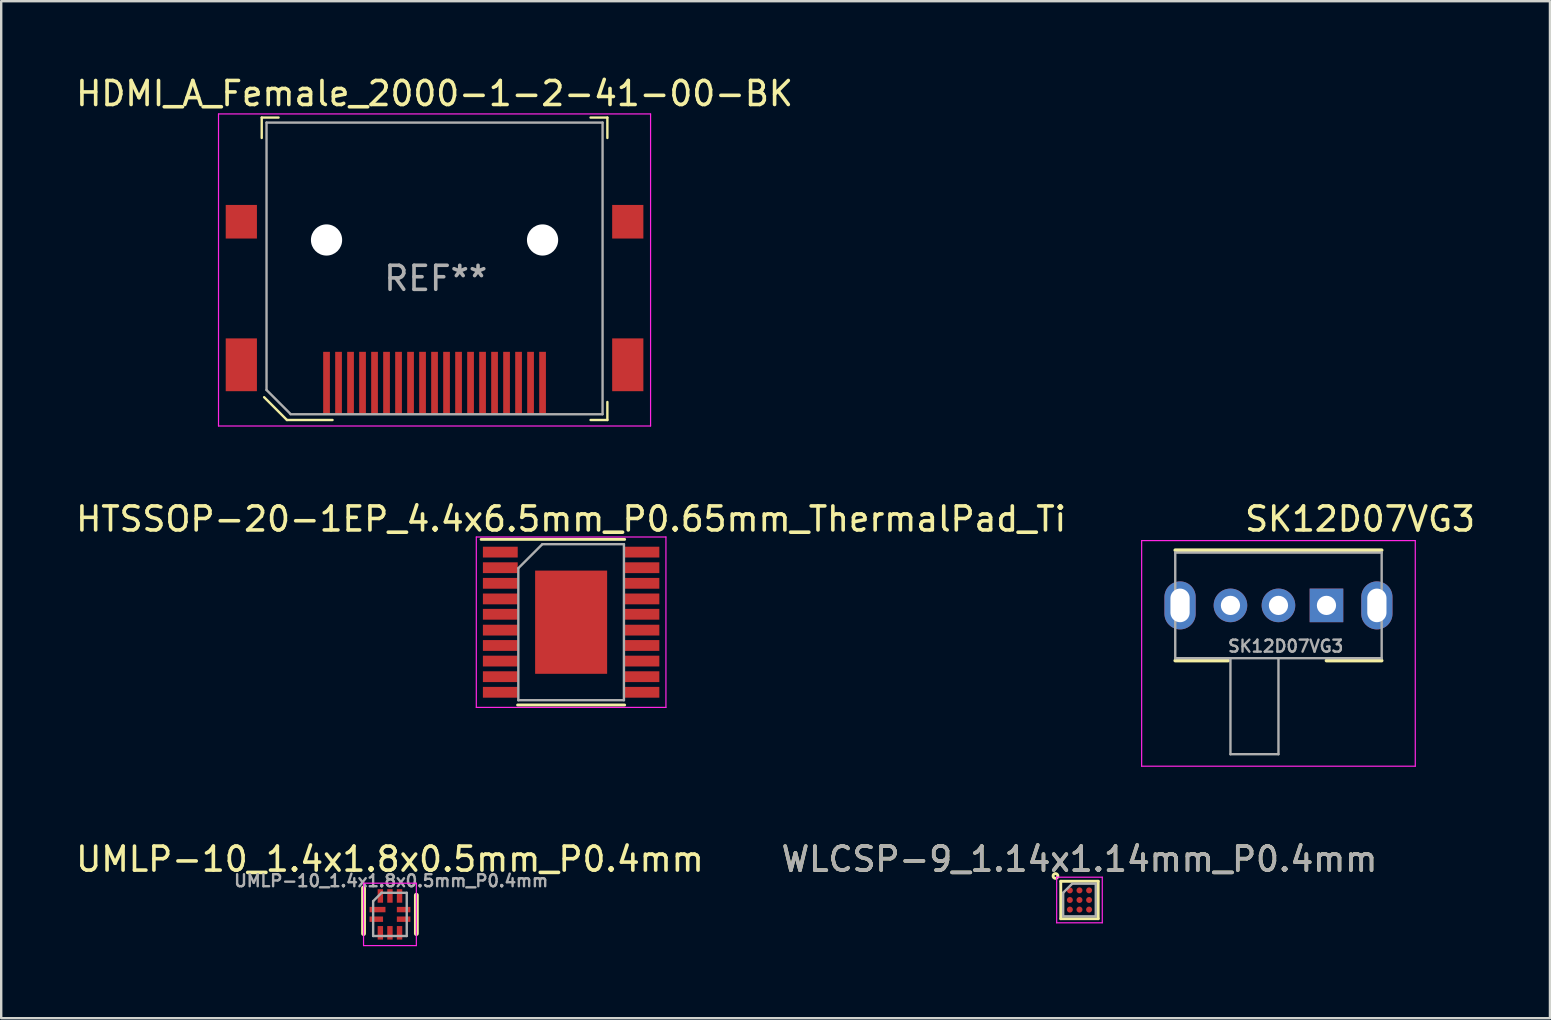
<source format=kicad_pcb>
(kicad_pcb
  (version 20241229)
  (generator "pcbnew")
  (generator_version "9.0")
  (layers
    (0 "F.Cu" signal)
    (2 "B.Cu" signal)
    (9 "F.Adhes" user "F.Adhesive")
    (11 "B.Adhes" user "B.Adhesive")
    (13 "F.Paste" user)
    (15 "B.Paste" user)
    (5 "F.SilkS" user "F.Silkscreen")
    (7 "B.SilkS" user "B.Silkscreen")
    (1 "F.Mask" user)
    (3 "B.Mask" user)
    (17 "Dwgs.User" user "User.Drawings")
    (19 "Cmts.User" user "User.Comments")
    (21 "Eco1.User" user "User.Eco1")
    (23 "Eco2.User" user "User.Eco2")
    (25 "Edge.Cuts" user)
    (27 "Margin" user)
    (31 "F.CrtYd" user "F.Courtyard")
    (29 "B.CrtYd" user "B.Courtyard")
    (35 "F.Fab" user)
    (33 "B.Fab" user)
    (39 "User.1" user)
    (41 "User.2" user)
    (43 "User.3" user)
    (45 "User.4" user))
  (footprint "HTSSOP-20-1EP_4.4x6.5mm_P0.65mm_ThermalPad_Ti"
    (layer "F.Cu")
    (at 20.744 22.872)
    (property "Reference" "HTSSOP-20-1EP_4.4x6.5mm_P0.65mm_ThermalPad_Ti" (at 0 -4.3 0) (layer "F.SilkS") (effects (font (size 1 1) (thickness 0.15))))
    (attr smd)
    (fp_line (start -3.75 -3.45) (end 2.23 -3.45) (stroke (width 0.12) (type solid)) (layer "F.SilkS"))
    (fp_line (start -2.23 3.45) (end 2.23 3.45) (stroke (width 0.12) (type solid)) (layer "F.SilkS"))
    (fp_line (start -3.95 -3.55) (end -3.95 3.55) (stroke (width 0.05) (type solid)) (layer "F.CrtYd"))
    (fp_line (start -3.95 -3.55) (end 3.95 -3.55) (stroke (width 0.05) (type solid)) (layer "F.CrtYd"))
    (fp_line (start -3.95 3.55) (end 3.95 3.55) (stroke (width 0.05) (type solid)) (layer "F.CrtYd"))
    (fp_line (start 3.95 -3.55) (end 3.95 3.55) (stroke (width 0.05) (type solid)) (layer "F.CrtYd"))
    (fp_line (start -2.2 -2.25) (end -1.2 -3.25) (stroke (width 0.1) (type solid)) (layer "F.Fab"))
    (fp_line (start -2.2 3.25) (end -2.2 -2.25) (stroke (width 0.1) (type solid)) (layer "F.Fab"))
    (fp_line (start -1.2 -3.25) (end 2.2 -3.25) (stroke (width 0.1) (type solid)) (layer "F.Fab"))
    (fp_line (start 2.2 -3.25) (end 2.2 3.25) (stroke (width 0.1) (type solid)) (layer "F.Fab"))
    (fp_line (start 2.2 3.25) (end -2.2 3.25) (stroke (width 0.1) (type solid)) (layer "F.Fab"))
    (pad "1" smd rect (at -2.95 -2.92) (size 1.45 0.45) (layers "F.Cu" "F.Mask" "F.Paste"))
    (pad "2" smd rect (at -2.95 -2.27) (size 1.45 0.45) (layers "F.Cu" "F.Mask" "F.Paste"))
    (pad "3" smd rect (at -2.95 -1.62) (size 1.45 0.45) (layers "F.Cu" "F.Mask" "F.Paste"))
    (pad "4" smd rect (at -2.95 -0.97) (size 1.45 0.45) (layers "F.Cu" "F.Mask" "F.Paste"))
    (pad "5" smd rect (at -2.95 -0.33) (size 1.45 0.45) (layers "F.Cu" "F.Mask" "F.Paste"))
    (pad "6" smd rect (at -2.95 0.33) (size 1.45 0.45) (layers "F.Cu" "F.Mask" "F.Paste"))
    (pad "7" smd rect (at -2.95 0.97) (size 1.45 0.45) (layers "F.Cu" "F.Mask" "F.Paste"))
    (pad "8" smd rect (at -2.95 1.62) (size 1.45 0.45) (layers "F.Cu" "F.Mask" "F.Paste"))
    (pad "9" smd rect (at -2.95 2.27) (size 1.45 0.45) (layers "F.Cu" "F.Mask" "F.Paste"))
    (pad "10" smd rect (at -2.95 2.92) (size 1.45 0.45) (layers "F.Cu" "F.Mask" "F.Paste"))
    (pad "11" smd rect (at 2.95 2.92) (size 1.45 0.45) (layers "F.Cu" "F.Mask" "F.Paste"))
    (pad "12" smd rect (at 2.95 2.27) (size 1.45 0.45) (layers "F.Cu" "F.Mask" "F.Paste"))
    (pad "13" smd rect (at 2.95 1.62) (size 1.45 0.45) (layers "F.Cu" "F.Mask" "F.Paste"))
    (pad "14" smd rect (at 2.95 0.97) (size 1.45 0.45) (layers "F.Cu" "F.Mask" "F.Paste"))
    (pad "15" smd rect (at 2.95 0.33) (size 1.45 0.45) (layers "F.Cu" "F.Mask" "F.Paste"))
    (pad "16" smd rect (at 2.95 -0.33) (size 1.45 0.45) (layers "F.Cu" "F.Mask" "F.Paste"))
    (pad "17" smd rect (at 2.95 -0.97) (size 1.45 0.45) (layers "F.Cu" "F.Mask" "F.Paste"))
    (pad "18" smd rect (at 2.95 -1.62) (size 1.45 0.45) (layers "F.Cu" "F.Mask" "F.Paste"))
    (pad "19" smd rect (at 2.95 -2.27) (size 1.45 0.45) (layers "F.Cu" "F.Mask" "F.Paste"))
    (pad "20" smd rect (at 2.95 -2.92) (size 1.45 0.45) (layers "F.Cu" "F.Mask" "F.Paste"))
    (pad "21" smd rect (at 0 0) (size 3 4.3) (layers "F.Cu" "F.Mask" "F.Paste")))
  (footprint "SK12D07VG3"
    (layer "F.Cu")
    (at 52.213 22.172)
    (property "Reference" "SK12D07VG3" (at 1.4 -3.6 180) (layer "F.SilkS") (effects (font (size 1 1) (thickness 0.15))))
    (attr through_hole)
    (fp_line (start -6.3 -2.3) (end 2.3 -2.3) (stroke (width 0.15) (type solid)) (layer "F.SilkS"))
    (fp_line (start -6.3 2.3) (end -4.1 2.3) (stroke (width 0.15) (type solid)) (layer "F.SilkS"))
    (fp_line (start 0 2.3) (end 2.3 2.3) (stroke (width 0.15) (type solid)) (layer "F.SilkS"))
    (fp_line (start -7.7 -2.7) (end 3.7 -2.7) (stroke (width 0.05) (type solid)) (layer "F.CrtYd"))
    (fp_line (start -7.7 6.7) (end -7.7 -2.7) (stroke (width 0.05) (type solid)) (layer "F.CrtYd"))
    (fp_line (start 3.7 -2.7) (end 3.7 6.7) (stroke (width 0.05) (type solid)) (layer "F.CrtYd"))
    (fp_line (start 3.7 6.7) (end -7.7 6.7) (stroke (width 0.05) (type solid)) (layer "F.CrtYd"))
    (fp_line (start -6.3 -2.2) (end -6.3 2.2) (stroke (width 0.1) (type solid)) (layer "F.Fab"))
    (fp_line (start -6.3 -2.2) (end 2.3 -2.2) (stroke (width 0.1) (type solid)) (layer "F.Fab"))
    (fp_line (start -6.3 2.2) (end 2.3 2.2) (stroke (width 0.1) (type solid)) (layer "F.Fab"))
    (fp_line (start -4 6.2) (end -4 2.2) (stroke (width 0.1) (type solid)) (layer "F.Fab"))
    (fp_line (start -2 2.2) (end -2 6.2) (stroke (width 0.1) (type solid)) (layer "F.Fab"))
    (fp_line (start -2 6.2) (end -4 6.2) (stroke (width 0.1) (type solid)) (layer "F.Fab"))
    (fp_line (start 2.3 2.2) (end 2.3 -2.2) (stroke (width 0.1) (type solid)) (layer "F.Fab"))
    (fp_text user "${REFERENCE}" (at -1.7 1.7 180) (layer "F.Fab") (effects (font (size 0.5 0.5) (thickness 0.1))))
    (pad "" thru_hole oval (at -6.1 0 180) (size 1.3 2) (drill oval 0.8 1.4) (layers "*.Cu" "*.Mask"))
    (pad "" thru_hole oval (at 2.1 0 180) (size 1.3 2) (drill oval 0.8 1.4) (layers "*.Cu" "*.Mask"))
    (pad "1" thru_hole rect (at 0 0 180) (size 1.4 1.4) (drill 0.8) (layers "*.Cu" "*.Mask"))
    (pad "2" thru_hole circle (at -2 0 180) (size 1.4 1.4) (drill 0.8) (layers "*.Cu" "*.Mask"))
    (pad "3" thru_hole circle (at -4 0 180) (size 1.4 1.4) (drill 0.8) (layers "*.Cu" "*.Mask")))
  (footprint "UMLP-10_1.4x1.8x0.5mm_P0.4mm"
    (layer "F.Cu")
    (at 13.196 35.045)
    (property "Reference" "UMLP-10_1.4x1.8x0.5mm_P0.4mm" (at 0 -2.3 0) (layer "F.SilkS") (effects (font (size 1 1) (thickness 0.15))))
    (attr through_hole)
    (fp_line (start -1.1 -1.1) (end -1.1 0.8) (stroke (width 0.2) (type solid)) (layer "F.SilkS"))
    (fp_line (start 1.1 -0.8) (end 1.1 0.8) (stroke (width 0.2) (type solid)) (layer "F.SilkS"))
    (fp_line (start -1.1 -1.3) (end 1.1 -1.3) (stroke (width 0.05) (type solid)) (layer "F.CrtYd"))
    (fp_line (start -1.1 1.3) (end -1.1 -1.3) (stroke (width 0.05) (type solid)) (layer "F.CrtYd"))
    (fp_line (start 1.1 -1.3) (end 1.1 1.3) (stroke (width 0.05) (type solid)) (layer "F.CrtYd"))
    (fp_line (start 1.1 1.3) (end -1.1 1.3) (stroke (width 0.05) (type solid)) (layer "F.CrtYd"))
    (fp_line (start -0.7 0.9) (end -0.7 -0.55) (stroke (width 0.1) (type solid)) (layer "F.Fab"))
    (fp_line (start -0.35 -0.9) (end -0.7 -0.55) (stroke (width 0.1) (type solid)) (layer "F.Fab"))
    (fp_line (start -0.35 -0.9) (end 0.7 -0.9) (stroke (width 0.1) (type solid)) (layer "F.Fab"))
    (fp_line (start 0.7 -0.9) (end 0.7 0.9) (stroke (width 0.1) (type solid)) (layer "F.Fab"))
    (fp_line (start 0.7 0.9) (end -0.7 0.9) (stroke (width 0.1) (type solid)) (layer "F.Fab"))
    (fp_text user "${REFERENCE}" (at 0.05 -1.4 0) (layer "F.Fab") (effects (font (size 0.5 0.5) (thickness 0.1))))
    (pad "1" smd rect (at -0.518 -0.2 90) (size 0.225 0.663) (layers "F.Cu" "F.Mask" "F.Paste"))
    (pad "2" smd rect (at -0.569 0.2 90) (size 0.225 0.563) (layers "F.Cu" "F.Mask" "F.Paste"))
    (pad "3" smd rect (at -0.4 0.768) (size 0.225 0.563) (layers "F.Cu" "F.Mask" "F.Paste"))
    (pad "4" smd rect (at 0 0.768) (size 0.225 0.563) (layers "F.Cu" "F.Mask" "F.Paste"))
    (pad "5" smd rect (at 0.4 0.768) (size 0.225 0.563) (layers "F.Cu" "F.Mask" "F.Paste"))
    (pad "6" smd rect (at 0.569 0.2 270) (size 0.225 0.563) (layers "F.Cu" "F.Mask" "F.Paste"))
    (pad "7" smd rect (at 0.569 -0.2 270) (size 0.225 0.563) (layers "F.Cu" "F.Mask" "F.Paste"))
    (pad "8" smd rect (at 0.4 -0.768 180) (size 0.225 0.563) (layers "F.Cu" "F.Mask" "F.Paste"))
    (pad "9" smd rect (at 0 -0.768 180) (size 0.225 0.563) (layers "F.Cu" "F.Mask" "F.Paste"))
    (pad "10" smd rect (at -0.4 -0.768 180) (size 0.225 0.563) (layers "F.Cu" "F.Mask" "F.Paste")))
  (footprint "HDMI_A_Female_2000-1-2-41-00-BK"
    (layer "F.Cu")
    (at 15.054 8.448)
    (property "Reference" "HDMI_A_Female_2000-1-2-41-00-BK" (at 0 -7.6 0) (layer "F.SilkS") (effects (font (size 1 1) (thickness 0.15))))
    (attr smd)
    (fp_line (start -7.2 -6.6) (end -6.5 -6.6) (stroke (width 0.1) (type solid)) (layer "F.SilkS"))
    (fp_line (start -7.2 -5.75) (end -7.2 -6.6) (stroke (width 0.1) (type solid)) (layer "F.SilkS"))
    (fp_line (start -6.15 6) (end -7.1 5.05) (stroke (width 0.1) (type solid)) (layer "F.SilkS"))
    (fp_line (start -4.25 6) (end -6.15 6) (stroke (width 0.1) (type solid)) (layer "F.SilkS"))
    (fp_line (start 6.5 -6.6) (end 7.2 -6.6) (stroke (width 0.1) (type solid)) (layer "F.SilkS"))
    (fp_line (start 7.2 -6.6) (end 7.2 -5.75) (stroke (width 0.1) (type solid)) (layer "F.SilkS"))
    (fp_line (start 7.2 5.25) (end 7.2 6) (stroke (width 0.1) (type solid)) (layer "F.SilkS"))
    (fp_line (start 7.2 6) (end 6.5 6) (stroke (width 0.1) (type solid)) (layer "F.SilkS"))
    (fp_line (start -9 -6.75) (end 9 -6.75) (stroke (width 0.05) (type solid)) (layer "F.CrtYd"))
    (fp_line (start -9 6.25) (end -9 -6.75) (stroke (width 0.05) (type solid)) (layer "F.CrtYd"))
    (fp_line (start 9 -6.75) (end 9 6.25) (stroke (width 0.05) (type solid)) (layer "F.CrtYd"))
    (fp_line (start 9 6.25) (end -9 6.25) (stroke (width 0.05) (type solid)) (layer "F.CrtYd"))
    (fp_line (start -7 -6.39) (end 7 -6.39) (stroke (width 0.1) (type solid)) (layer "F.Fab"))
    (fp_line (start -7 4.75) (end -7 -6.39) (stroke (width 0.1) (type solid)) (layer "F.Fab"))
    (fp_line (start -7 4.75) (end -6 5.75) (stroke (width 0.1) (type solid)) (layer "F.Fab"))
    (fp_line (start 7 5.76) (end -6 5.76) (stroke (width 0.1) (type solid)) (layer "F.Fab"))
    (fp_line (start 7 5.76) (end 7 -6.39) (stroke (width 0.1) (type solid)) (layer "F.Fab"))
    (fp_text user "REF**" (at 0.05 0.1 0) (layer "F.Fab") (effects (font (size 1 1) (thickness 0.15))))
    (pad "" np_thru_hole circle (at -4.5 -1.5) (size 1.3 1.3) (drill 1.3) (layers "*.Cu" "*.Mask"))
    (pad "" np_thru_hole circle (at 4.5 -1.5) (size 1.3 1.3) (drill 1.3) (layers "*.Cu" "*.Mask"))
    (pad "1" smd rect (at -4.5 4.46) (size 0.28 2.6) (layers "F.Cu" "F.Mask" "F.Paste"))
    (pad "2" smd rect (at -4 4.46) (size 0.28 2.6) (layers "F.Cu" "F.Mask" "F.Paste"))
    (pad "3" smd rect (at -3.5 4.46) (size 0.28 2.6) (layers "F.Cu" "F.Mask" "F.Paste"))
    (pad "4" smd rect (at -3 4.46) (size 0.28 2.6) (layers "F.Cu" "F.Mask" "F.Paste"))
    (pad "5" smd rect (at -2.5 4.46) (size 0.28 2.6) (layers "F.Cu" "F.Mask" "F.Paste"))
    (pad "6" smd rect (at -2 4.46) (size 0.28 2.6) (layers "F.Cu" "F.Mask" "F.Paste"))
    (pad "7" smd rect (at -1.5 4.46) (size 0.28 2.6) (layers "F.Cu" "F.Mask" "F.Paste"))
    (pad "8" smd rect (at -1 4.46) (size 0.28 2.6) (layers "F.Cu" "F.Mask" "F.Paste"))
    (pad "9" smd rect (at -0.5 4.46) (size 0.28 2.6) (layers "F.Cu" "F.Mask" "F.Paste"))
    (pad "10" smd rect (at 0 4.46) (size 0.28 2.6) (layers "F.Cu" "F.Mask" "F.Paste"))
    (pad "11" smd rect (at 0.5 4.46) (size 0.28 2.6) (layers "F.Cu" "F.Mask" "F.Paste"))
    (pad "12" smd rect (at 1 4.46) (size 0.28 2.6) (layers "F.Cu" "F.Mask" "F.Paste"))
    (pad "13" smd rect (at 1.5 4.46) (size 0.28 2.6) (layers "F.Cu" "F.Mask" "F.Paste"))
    (pad "14" smd rect (at 2 4.46) (size 0.28 2.6) (layers "F.Cu" "F.Mask" "F.Paste"))
    (pad "15" smd rect (at 2.5 4.46) (size 0.28 2.6) (layers "F.Cu" "F.Mask" "F.Paste"))
    (pad "16" smd rect (at 3 4.46) (size 0.28 2.6) (layers "F.Cu" "F.Mask" "F.Paste"))
    (pad "17" smd rect (at 3.5 4.46) (size 0.28 2.6) (layers "F.Cu" "F.Mask" "F.Paste"))
    (pad "18" smd rect (at 4 4.46) (size 0.28 2.6) (layers "F.Cu" "F.Mask" "F.Paste"))
    (pad "19" smd rect (at 4.5 4.46) (size 0.28 2.6) (layers "F.Cu" "F.Mask" "F.Paste"))
    (pad "SH" smd rect (at -8.05 -2.26) (size 1.3 1.4) (layers "F.Cu" "F.Mask" "F.Paste"))
    (pad "SH" smd rect (at -8.05 3.7) (size 1.3 2.2) (layers "F.Cu" "F.Mask" "F.Paste"))
    (pad "SH" smd rect (at 8.05 -2.26) (size 1.3 1.4) (layers "F.Cu" "F.Mask" "F.Paste"))
    (pad "SH" smd rect (at 8.05 3.7) (size 1.3 2.2) (layers "F.Cu" "F.Mask" "F.Paste")))
  (footprint "WLCSP-9_1.14x1.14mm_P0.4mm"
    (layer "F.Cu")
    (at 41.923 34.445)
    (property "Reference" "WLCSP-9_1.14x1.14mm_P0.4mm" (at 0 -1.7 0) (layer "F.SilkS") (effects (font (size 1 1) (thickness 0.15))))
    (attr smd)
    (fp_line (start -0.78 -0.78) (end 0.78 -0.78) (stroke (width 0.12) (type solid)) (layer "F.SilkS"))
    (fp_line (start -0.78 0.78) (end -0.78 -0.78) (stroke (width 0.12) (type solid)) (layer "F.SilkS"))
    (fp_line (start 0.78 -0.78) (end 0.78 0.78) (stroke (width 0.12) (type solid)) (layer "F.SilkS"))
    (fp_line (start 0.78 0.78) (end -0.78 0.78) (stroke (width 0.12) (type solid)) (layer "F.SilkS"))
    (fp_circle (center -1 -1) (end -0.9 -1) (stroke (width 0.12) (type solid)) (fill no) (layer "F.SilkS"))
    (fp_line (start -0.95 -0.95) (end 0.95 -0.95) (stroke (width 0.05) (type solid)) (layer "F.CrtYd"))
    (fp_line (start -0.95 0.95) (end -0.95 -0.95) (stroke (width 0.05) (type solid)) (layer "F.CrtYd"))
    (fp_line (start 0.95 -0.95) (end 0.95 0.95) (stroke (width 0.05) (type solid)) (layer "F.CrtYd"))
    (fp_line (start 0.95 0.95) (end -0.95 0.95) (stroke (width 0.05) (type solid)) (layer "F.CrtYd"))
    (fp_line (start -0.68 -0.3) (end -0.3 -0.68) (stroke (width 0.1) (type solid)) (layer "F.Fab"))
    (fp_line (start -0.68 0.68) (end -0.68 -0.3) (stroke (width 0.1) (type solid)) (layer "F.Fab"))
    (fp_line (start -0.3 -0.68) (end 0.68 -0.68) (stroke (width 0.1) (type solid)) (layer "F.Fab"))
    (fp_line (start 0.68 -0.68) (end 0.68 0.68) (stroke (width 0.1) (type solid)) (layer "F.Fab"))
    (fp_line (start 0.68 0.68) (end -0.68 0.68) (stroke (width 0.1) (type solid)) (layer "F.Fab"))
    (fp_text user "${REFERENCE}" (at 0 -1.7 0) (layer "F.Fab") (effects (font (size 1 1) (thickness 0.15))))
    (pad "A1" smd circle (at -0.4 -0.4 90) (size 0.25 0.25) (layers "F.Cu" "F.Mask" "F.Paste"))
    (pad "A2" smd circle (at -0.4 0 90) (size 0.25 0.25) (layers "F.Cu" "F.Mask" "F.Paste"))
    (pad "A3" smd circle (at -0.4 0.4 90) (size 0.25 0.25) (layers "F.Cu" "F.Mask" "F.Paste"))
    (pad "B1" smd circle (at 0 -0.4 90) (size 0.25 0.25) (layers "F.Cu" "F.Mask" "F.Paste"))
    (pad "B2" smd circle (at 0 0 90) (size 0.25 0.25) (layers "F.Cu" "F.Mask" "F.Paste"))
    (pad "B3" smd circle (at 0 0.4 90) (size 0.25 0.25) (layers "F.Cu" "F.Mask" "F.Paste"))
    (pad "C1" smd circle (at 0.4 -0.4 90) (size 0.25 0.25) (layers "F.Cu" "F.Mask" "F.Paste"))
    (pad "C2" smd circle (at 0.4 0 90) (size 0.25 0.25) (layers "F.Cu" "F.Mask" "F.Paste"))
    (pad "C3" smd circle (at 0.4 0.4 90) (size 0.25 0.25) (layers "F.Cu" "F.Mask" "F.Paste")))
  (gr_rect
    (start -3 -3)
    (end 61.524 39.37)
    (stroke (width 0.1) (type default))
    (fill no)
    (layer "Edge.Cuts")))
</source>
